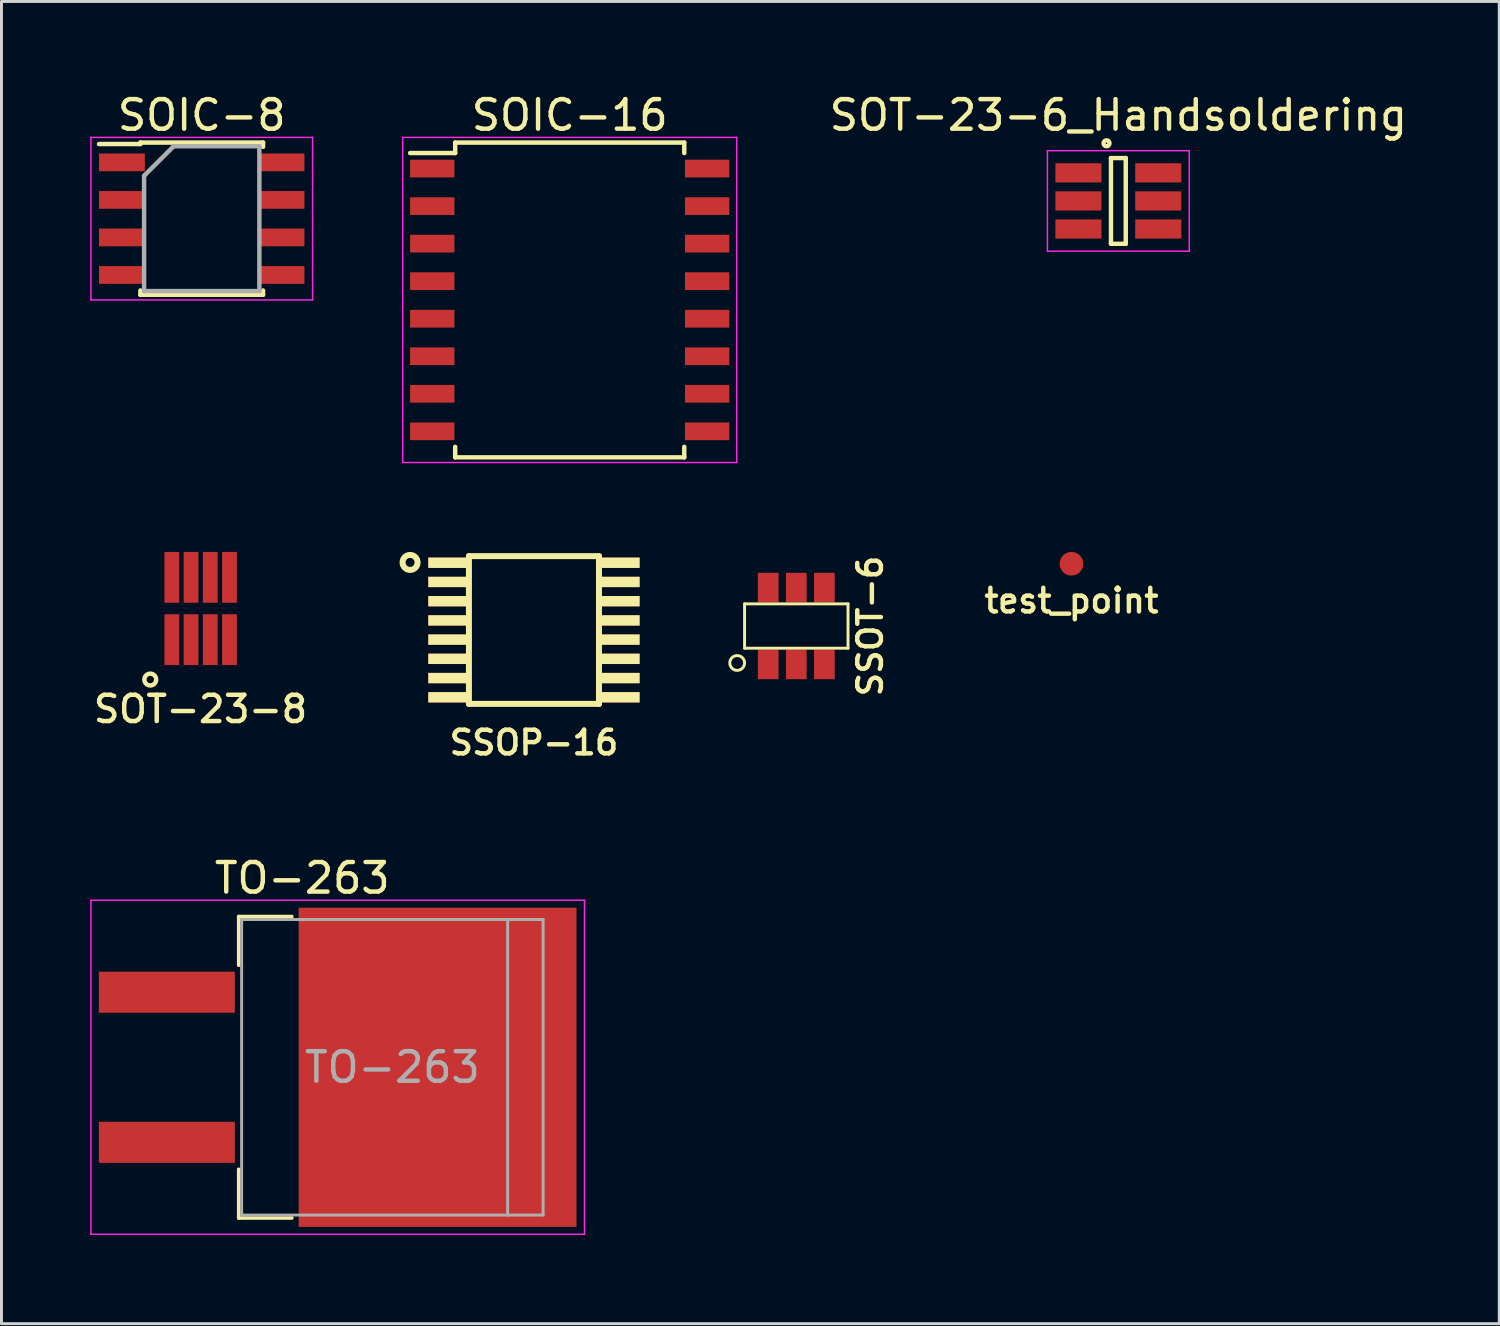
<source format=kicad_pcb>
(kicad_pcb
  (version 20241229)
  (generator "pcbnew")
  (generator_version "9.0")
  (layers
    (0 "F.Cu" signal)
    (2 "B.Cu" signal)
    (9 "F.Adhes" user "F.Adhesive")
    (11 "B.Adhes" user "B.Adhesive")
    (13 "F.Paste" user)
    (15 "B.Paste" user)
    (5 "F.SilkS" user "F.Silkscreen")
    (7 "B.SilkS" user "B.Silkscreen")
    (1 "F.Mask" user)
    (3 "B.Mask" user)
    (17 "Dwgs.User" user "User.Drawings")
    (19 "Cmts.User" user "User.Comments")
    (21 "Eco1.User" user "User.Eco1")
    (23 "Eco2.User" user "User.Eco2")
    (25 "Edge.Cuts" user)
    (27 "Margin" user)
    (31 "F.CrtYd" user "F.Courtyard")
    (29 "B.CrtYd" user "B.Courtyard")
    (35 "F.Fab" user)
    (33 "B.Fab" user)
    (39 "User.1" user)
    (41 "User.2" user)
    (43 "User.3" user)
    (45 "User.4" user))
  (footprint "test_point"
    (layer "F.Cu")
    (at 33.2 16.023)
    (property "Reference" "test_point" (at 0 1.25 0) (layer "F.SilkS") (effects (font (size 0.8 0.8) (thickness 0.15))))
    (attr exclude_from_pos_files exclude_from_bom)
    (pad "1" smd circle (at 0 0) (size 0.8 0.8) (layers "F.Cu" "F.Mask" "F.Paste")))
  (footprint "SSOT-6"
    (layer "F.Cu")
    (at 23.891 18.13)
    (property "Reference" "SSOT-6" (at 2.5 0 90) (layer "F.SilkS") (effects (font (size 0.8 0.8) (thickness 0.15))))
    (attr smd)
    (fp_line (start -1.75 -0.75) (end -1.75 0.75) (stroke (width 0.1) (type solid)) (layer "F.SilkS"))
    (fp_line (start -1.75 0.75) (end 1.75 0.75) (stroke (width 0.1) (type solid)) (layer "F.SilkS"))
    (fp_line (start 1.75 -0.75) (end -1.75 -0.75) (stroke (width 0.1) (type solid)) (layer "F.SilkS"))
    (fp_line (start 1.75 -0.75) (end 1.75 0.75) (stroke (width 0.1) (type solid)) (layer "F.SilkS"))
    (fp_circle (center -2 1.25) (end -1.75 1.25) (stroke (width 0.1) (type solid)) (fill no) (layer "F.SilkS"))
    (pad "1" smd rect (at -0.95 1.3) (size 0.7 1) (layers "F.Cu" "F.Mask" "F.Paste"))
    (pad "2" smd rect (at 0 1.3) (size 0.7 1) (layers "F.Cu" "F.Mask" "F.Paste"))
    (pad "3" smd rect (at 0.95 1.3) (size 0.7 1) (layers "F.Cu" "F.Mask" "F.Paste"))
    (pad "4" smd rect (at 0.95 -1.3) (size 0.7 1) (layers "F.Cu" "F.Mask" "F.Paste"))
    (pad "5" smd rect (at 0 -1.3) (size 0.7 1) (layers "F.Cu" "F.Mask" "F.Paste"))
    (pad "6" smd rect (at -0.95 -1.3) (size 0.7 1) (layers "F.Cu" "F.Mask" "F.Paste")))
  (footprint "SOIC-8"
    (layer "F.Cu")
    (at 3.775 4.348)
    (property "Reference" "SOIC-8" (at 0 -3.5 0) (layer "F.SilkS") (effects (font (size 1 1) (thickness 0.15))))
    (attr smd)
    (fp_line (start -2.075 -2.575) (end -2.075 -2.525) (stroke (width 0.15) (type solid)) (layer "F.SilkS"))
    (fp_line (start -2.075 -2.575) (end 2.075 -2.575) (stroke (width 0.15) (type solid)) (layer "F.SilkS"))
    (fp_line (start -2.075 -2.525) (end -3.475 -2.525) (stroke (width 0.15) (type solid)) (layer "F.SilkS"))
    (fp_line (start -2.075 2.575) (end -2.075 2.43) (stroke (width 0.15) (type solid)) (layer "F.SilkS"))
    (fp_line (start -2.075 2.575) (end 2.075 2.575) (stroke (width 0.15) (type solid)) (layer "F.SilkS"))
    (fp_line (start 2.075 -2.575) (end 2.075 -2.43) (stroke (width 0.15) (type solid)) (layer "F.SilkS"))
    (fp_line (start 2.075 2.575) (end 2.075 2.43) (stroke (width 0.15) (type solid)) (layer "F.SilkS"))
    (fp_line (start -3.75 -2.75) (end -3.75 2.75) (stroke (width 0.05) (type solid)) (layer "F.CrtYd"))
    (fp_line (start -3.75 -2.75) (end 3.75 -2.75) (stroke (width 0.05) (type solid)) (layer "F.CrtYd"))
    (fp_line (start -3.75 2.75) (end 3.75 2.75) (stroke (width 0.05) (type solid)) (layer "F.CrtYd"))
    (fp_line (start 3.75 -2.75) (end 3.75 2.75) (stroke (width 0.05) (type solid)) (layer "F.CrtYd"))
    (fp_line (start -1.95 -1.45) (end -0.95 -2.45) (stroke (width 0.15) (type solid)) (layer "F.Fab"))
    (fp_line (start -1.95 2.45) (end -1.95 -1.45) (stroke (width 0.15) (type solid)) (layer "F.Fab"))
    (fp_line (start -0.95 -2.45) (end 1.95 -2.45) (stroke (width 0.15) (type solid)) (layer "F.Fab"))
    (fp_line (start 1.95 -2.45) (end 1.95 2.45) (stroke (width 0.15) (type solid)) (layer "F.Fab"))
    (fp_line (start 1.95 2.45) (end -1.95 2.45) (stroke (width 0.15) (type solid)) (layer "F.Fab"))
    (pad "1" smd rect (at -2.7 -1.905) (size 1.55 0.6) (layers "F.Cu" "F.Mask" "F.Paste"))
    (pad "2" smd rect (at -2.7 -0.635) (size 1.55 0.6) (layers "F.Cu" "F.Mask" "F.Paste"))
    (pad "3" smd rect (at -2.7 0.635) (size 1.55 0.6) (layers "F.Cu" "F.Mask" "F.Paste"))
    (pad "4" smd rect (at -2.7 1.905) (size 1.55 0.6) (layers "F.Cu" "F.Mask" "F.Paste"))
    (pad "5" smd rect (at 2.7 1.905) (size 1.55 0.6) (layers "F.Cu" "F.Mask" "F.Paste"))
    (pad "6" smd rect (at 2.7 0.635) (size 1.55 0.6) (layers "F.Cu" "F.Mask" "F.Paste"))
    (pad "7" smd rect (at 2.7 -0.635) (size 1.55 0.6) (layers "F.Cu" "F.Mask" "F.Paste"))
    (pad "8" smd rect (at 2.7 -1.905) (size 1.55 0.6) (layers "F.Cu" "F.Mask" "F.Paste")))
  (footprint "SOIC-16"
    (layer "F.Cu")
    (at 16.225 7.098)
    (property "Reference" "SOIC-16" (at 0 -6.25 0) (layer "F.SilkS") (effects (font (size 1 1) (thickness 0.15))))
    (attr smd)
    (fp_line (start -3.875 -5.325) (end -3.875 -4.97) (stroke (width 0.15) (type solid)) (layer "F.SilkS"))
    (fp_line (start -3.875 -5.325) (end 3.875 -5.325) (stroke (width 0.15) (type solid)) (layer "F.SilkS"))
    (fp_line (start -3.875 -4.97) (end -5.4 -4.97) (stroke (width 0.15) (type solid)) (layer "F.SilkS"))
    (fp_line (start -3.875 5.325) (end -3.875 4.97) (stroke (width 0.15) (type solid)) (layer "F.SilkS"))
    (fp_line (start -3.875 5.325) (end 3.875 5.325) (stroke (width 0.15) (type solid)) (layer "F.SilkS"))
    (fp_line (start 3.875 -5.325) (end 3.875 -4.97) (stroke (width 0.15) (type solid)) (layer "F.SilkS"))
    (fp_line (start 3.875 5.325) (end 3.875 4.97) (stroke (width 0.15) (type solid)) (layer "F.SilkS"))
    (fp_line (start -5.65 -5.5) (end -5.65 5.5) (stroke (width 0.05) (type solid)) (layer "F.CrtYd"))
    (fp_line (start -5.65 -5.5) (end 5.65 -5.5) (stroke (width 0.05) (type solid)) (layer "F.CrtYd"))
    (fp_line (start -5.65 5.5) (end 5.65 5.5) (stroke (width 0.05) (type solid)) (layer "F.CrtYd"))
    (fp_line (start 5.65 -5.5) (end 5.65 5.5) (stroke (width 0.05) (type solid)) (layer "F.CrtYd"))
    (pad "1" smd rect (at -4.65 -4.445) (size 1.5 0.6) (layers "F.Cu" "F.Mask" "F.Paste"))
    (pad "2" smd rect (at -4.65 -3.175) (size 1.5 0.6) (layers "F.Cu" "F.Mask" "F.Paste"))
    (pad "3" smd rect (at -4.65 -1.905) (size 1.5 0.6) (layers "F.Cu" "F.Mask" "F.Paste"))
    (pad "4" smd rect (at -4.65 -0.635) (size 1.5 0.6) (layers "F.Cu" "F.Mask" "F.Paste"))
    (pad "5" smd rect (at -4.65 0.635) (size 1.5 0.6) (layers "F.Cu" "F.Mask" "F.Paste"))
    (pad "6" smd rect (at -4.65 1.905) (size 1.5 0.6) (layers "F.Cu" "F.Mask" "F.Paste"))
    (pad "7" smd rect (at -4.65 3.175) (size 1.5 0.6) (layers "F.Cu" "F.Mask" "F.Paste"))
    (pad "8" smd rect (at -4.65 4.445) (size 1.5 0.6) (layers "F.Cu" "F.Mask" "F.Paste"))
    (pad "9" smd rect (at 4.65 4.445) (size 1.5 0.6) (layers "F.Cu" "F.Mask" "F.Paste"))
    (pad "10" smd rect (at 4.65 3.175) (size 1.5 0.6) (layers "F.Cu" "F.Mask" "F.Paste"))
    (pad "11" smd rect (at 4.65 1.905) (size 1.5 0.6) (layers "F.Cu" "F.Mask" "F.Paste"))
    (pad "12" smd rect (at 4.65 0.635) (size 1.5 0.6) (layers "F.Cu" "F.Mask" "F.Paste"))
    (pad "13" smd rect (at 4.65 -0.635) (size 1.5 0.6) (layers "F.Cu" "F.Mask" "F.Paste"))
    (pad "14" smd rect (at 4.65 -1.905) (size 1.5 0.6) (layers "F.Cu" "F.Mask" "F.Paste"))
    (pad "15" smd rect (at 4.65 -3.175) (size 1.5 0.6) (layers "F.Cu" "F.Mask" "F.Paste"))
    (pad "16" smd rect (at 4.65 -4.445) (size 1.5 0.6) (layers "F.Cu" "F.Mask" "F.Paste")))
  (footprint "SSOP-16"
    (layer "F.Cu")
    (at 15.015 18.265)
    (property "Reference" "SSOP-16" (at 0 3.81 0) (layer "F.SilkS") (effects (font (size 0.8 0.8) (thickness 0.152))))
    (attr smd)
    (fp_line (start -2.2 -2.499) (end -2.2 2.499) (stroke (width 0.203) (type solid)) (layer "F.SilkS"))
    (fp_line (start -2.2 2.499) (end 2.2 2.499) (stroke (width 0.203) (type solid)) (layer "F.SilkS"))
    (fp_line (start 2.2 -2.499) (end -2.2 -2.499) (stroke (width 0.203) (type solid)) (layer "F.SilkS"))
    (fp_line (start 2.2 2.499) (end 2.2 -2.499) (stroke (width 0.203) (type solid)) (layer "F.SilkS"))
    (fp_circle (center -4.191 -2.286) (end -3.937 -2.286) (stroke (width 0.203) (type solid)) (fill no) (layer "F.SilkS"))
    (pad "1" smd rect (at -2.875 -2.276) (size 1.4 0.351) (layers "F.Cu" "F.Mask" "F.SilkS" "F.Paste"))
    (pad "2" smd rect (at -2.875 -1.626) (size 1.4 0.351) (layers "F.Cu" "F.Mask" "F.SilkS" "F.Paste"))
    (pad "3" smd rect (at -2.875 -0.975) (size 1.4 0.351) (layers "F.Cu" "F.Mask" "F.SilkS" "F.Paste"))
    (pad "4" smd rect (at -2.875 -0.325) (size 1.4 0.351) (layers "F.Cu" "F.Mask" "F.SilkS" "F.Paste"))
    (pad "5" smd rect (at -2.875 0.325) (size 1.4 0.351) (layers "F.Cu" "F.Mask" "F.SilkS" "F.Paste"))
    (pad "6" smd rect (at -2.875 0.975) (size 1.4 0.351) (layers "F.Cu" "F.Mask" "F.SilkS" "F.Paste"))
    (pad "7" smd rect (at -2.875 1.626) (size 1.4 0.351) (layers "F.Cu" "F.Mask" "F.SilkS" "F.Paste"))
    (pad "8" smd rect (at -2.875 2.276) (size 1.4 0.351) (layers "F.Cu" "F.Mask" "F.SilkS" "F.Paste"))
    (pad "9" smd rect (at 2.875 2.276) (size 1.4 0.351) (layers "F.Cu" "F.Mask" "F.SilkS" "F.Paste"))
    (pad "10" smd rect (at 2.875 1.626) (size 1.4 0.351) (layers "F.Cu" "F.Mask" "F.SilkS" "F.Paste"))
    (pad "11" smd rect (at 2.875 0.975) (size 1.4 0.351) (layers "F.Cu" "F.Mask" "F.SilkS" "F.Paste"))
    (pad "12" smd rect (at 2.875 0.325) (size 1.4 0.351) (layers "F.Cu" "F.Mask" "F.SilkS" "F.Paste"))
    (pad "13" smd rect (at 2.875 -0.325) (size 1.4 0.351) (layers "F.Cu" "F.Mask" "F.SilkS" "F.Paste"))
    (pad "14" smd rect (at 2.875 -0.975) (size 1.4 0.351) (layers "F.Cu" "F.Mask" "F.SilkS" "F.Paste"))
    (pad "15" smd rect (at 2.875 -1.626) (size 1.4 0.351) (layers "F.Cu" "F.Mask" "F.SilkS" "F.Paste"))
    (pad "16" smd rect (at 2.875 -2.276) (size 1.4 0.351) (layers "F.Cu" "F.Mask" "F.SilkS" "F.Paste")))
  (footprint "SOT-23-6_Handsoldering"
    (layer "F.Cu")
    (at 34.787 3.748)
    (property "Reference" "SOT-23-6_Handsoldering" (at 0 -2.9 0) (layer "F.SilkS") (effects (font (size 1 1) (thickness 0.15))))
    (attr smd)
    (fp_line (start -0.25 -1.45) (end -0.25 1.45) (stroke (width 0.15) (type solid)) (layer "F.SilkS"))
    (fp_line (start -0.25 1.45) (end 0.25 1.45) (stroke (width 0.15) (type solid)) (layer "F.SilkS"))
    (fp_line (start 0.25 -1.45) (end -0.25 -1.45) (stroke (width 0.15) (type solid)) (layer "F.SilkS"))
    (fp_line (start 0.25 1.45) (end 0.25 -1.45) (stroke (width 0.15) (type solid)) (layer "F.SilkS"))
    (fp_circle (center -0.4 -1.95) (end -0.3 -1.95) (stroke (width 0.15) (type solid)) (fill no) (layer "F.SilkS"))
    (fp_line (start -2.4 -1.7) (end 2.4 -1.7) (stroke (width 0.05) (type solid)) (layer "F.CrtYd"))
    (fp_line (start -2.4 1.7) (end -2.4 -1.7) (stroke (width 0.05) (type solid)) (layer "F.CrtYd"))
    (fp_line (start 2.4 -1.7) (end 2.4 1.7) (stroke (width 0.05) (type solid)) (layer "F.CrtYd"))
    (fp_line (start 2.4 1.7) (end -2.4 1.7) (stroke (width 0.05) (type solid)) (layer "F.CrtYd"))
    (pad "1" smd rect (at -1.35 -0.95) (size 1.56 0.65) (layers "F.Cu" "F.Mask" "F.Paste"))
    (pad "2" smd rect (at -1.35 0) (size 1.56 0.65) (layers "F.Cu" "F.Mask" "F.Paste"))
    (pad "3" smd rect (at -1.35 0.95) (size 1.56 0.65) (layers "F.Cu" "F.Mask" "F.Paste"))
    (pad "4" smd rect (at 1.35 0.95) (size 1.56 0.65) (layers "F.Cu" "F.Mask" "F.Paste"))
    (pad "5" smd rect (at 1.35 0) (size 1.56 0.65) (layers "F.Cu" "F.Mask" "F.Paste"))
    (pad "6" smd rect (at 1.35 -0.95) (size 1.56 0.65) (layers "F.Cu" "F.Mask" "F.Paste")))
  (footprint "SOT-23-8"
    (layer "F.Cu")
    (at 3.734 17.541)
    (property "Reference" "SOT-23-8" (at 0 3.4 0) (layer "F.SilkS") (effects (font (size 0.889 0.889) (thickness 0.15))))
    (attr smd)
    (fp_circle (center -1.7 2.4) (end -1.5 2.4) (stroke (width 0.15) (type solid)) (fill no) (layer "F.SilkS"))
    (pad "1" smd rect (at -0.97 1.05) (size 0.5 1.72) (layers "F.Cu" "F.Mask" "F.Paste"))
    (pad "2" smd rect (at -0.32 1.05) (size 0.5 1.72) (layers "F.Cu" "F.Mask" "F.Paste"))
    (pad "3" smd rect (at 0.33 1.05) (size 0.5 1.72) (layers "F.Cu" "F.Mask" "F.Paste"))
    (pad "4" smd rect (at 0.98 1.05) (size 0.5 1.72) (layers "F.Cu" "F.Mask" "F.Paste"))
    (pad "5" smd rect (at 0.98 -1.058) (size 0.5 1.72) (layers "F.Cu" "F.Mask" "F.Paste"))
    (pad "6" smd rect (at 0.33 -1.058) (size 0.5 1.72) (layers "F.Cu" "F.Mask" "F.Paste"))
    (pad "7" smd rect (at -0.32 -1.058) (size 0.5 1.72) (layers "F.Cu" "F.Mask" "F.Paste"))
    (pad "8" smd rect (at -0.97 -1.058) (size 0.5 1.72) (layers "F.Cu" "F.Mask" "F.Paste")))
  (footprint "TO-263"
    (layer "F.Cu")
    (at 7.175 33.059)
    (property "Reference" "TO-263" (at 0 -6.4 0) (layer "F.SilkS") (effects (font (size 1 1) (thickness 0.15))))
    (attr smd)
    (fp_line (start -2.15 -5.1) (end -2.15 -3.45) (stroke (width 0.12) (type solid)) (layer "F.SilkS"))
    (fp_line (start -2.15 3.45) (end -2.15 5.1) (stroke (width 0.12) (type solid)) (layer "F.SilkS"))
    (fp_line (start -2.15 5.1) (end -0.35 5.1) (stroke (width 0.12) (type solid)) (layer "F.SilkS"))
    (fp_line (start -0.35 -5.1) (end -2.15 -5.1) (stroke (width 0.12) (type solid)) (layer "F.SilkS"))
    (fp_line (start -7.15 -5.65) (end -7.15 5.65) (stroke (width 0.05) (type solid)) (layer "F.CrtYd"))
    (fp_line (start 9.55 -5.65) (end -7.15 -5.65) (stroke (width 0.05) (type solid)) (layer "F.CrtYd"))
    (fp_line (start 9.55 -5.65) (end 9.55 5.65) (stroke (width 0.05) (type solid)) (layer "F.CrtYd"))
    (fp_line (start 9.55 5.65) (end -7.15 5.65) (stroke (width 0.05) (type solid)) (layer "F.CrtYd"))
    (fp_line (start -2.05 -5) (end -2.05 5) (stroke (width 0.1) (type solid)) (layer "F.Fab"))
    (fp_line (start -2.05 5) (end 6.95 5) (stroke (width 0.1) (type solid)) (layer "F.Fab"))
    (fp_line (start 6.95 -5) (end -2.05 -5) (stroke (width 0.1) (type solid)) (layer "F.Fab"))
    (fp_line (start 6.95 5) (end 6.95 -5) (stroke (width 0.1) (type solid)) (layer "F.Fab"))
    (fp_line (start 6.95 5) (end 8.15 5) (stroke (width 0.1) (type solid)) (layer "F.Fab"))
    (fp_line (start 8.15 -5) (end 6.95 -5) (stroke (width 0.1) (type solid)) (layer "F.Fab"))
    (fp_line (start 8.15 5) (end 8.15 -5) (stroke (width 0.1) (type solid)) (layer "F.Fab"))
    (fp_text user "${REFERENCE}" (at 3.05 0 0) (layer "F.Fab") (effects (font (size 1 1) (thickness 0.15))))
    (pad "1" smd rect (at -4.58 -2.54) (size 4.6 1.39) (layers "F.Cu" "F.Mask" "F.Paste"))
    (pad "2" smd rect (at 4.58 0) (size 9.4 10.8) (layers "F.Cu" "F.Mask" "F.Paste"))
    (pad "3" smd rect (at -4.58 2.54) (size 4.6 1.39) (layers "F.Cu" "F.Mask" "F.Paste")))
  (gr_rect
    (start -3 -3)
    (end 47.674 41.734)
    (stroke (width 0.1) (type default))
    (fill no)
    (layer "Edge.Cuts")))
</source>
